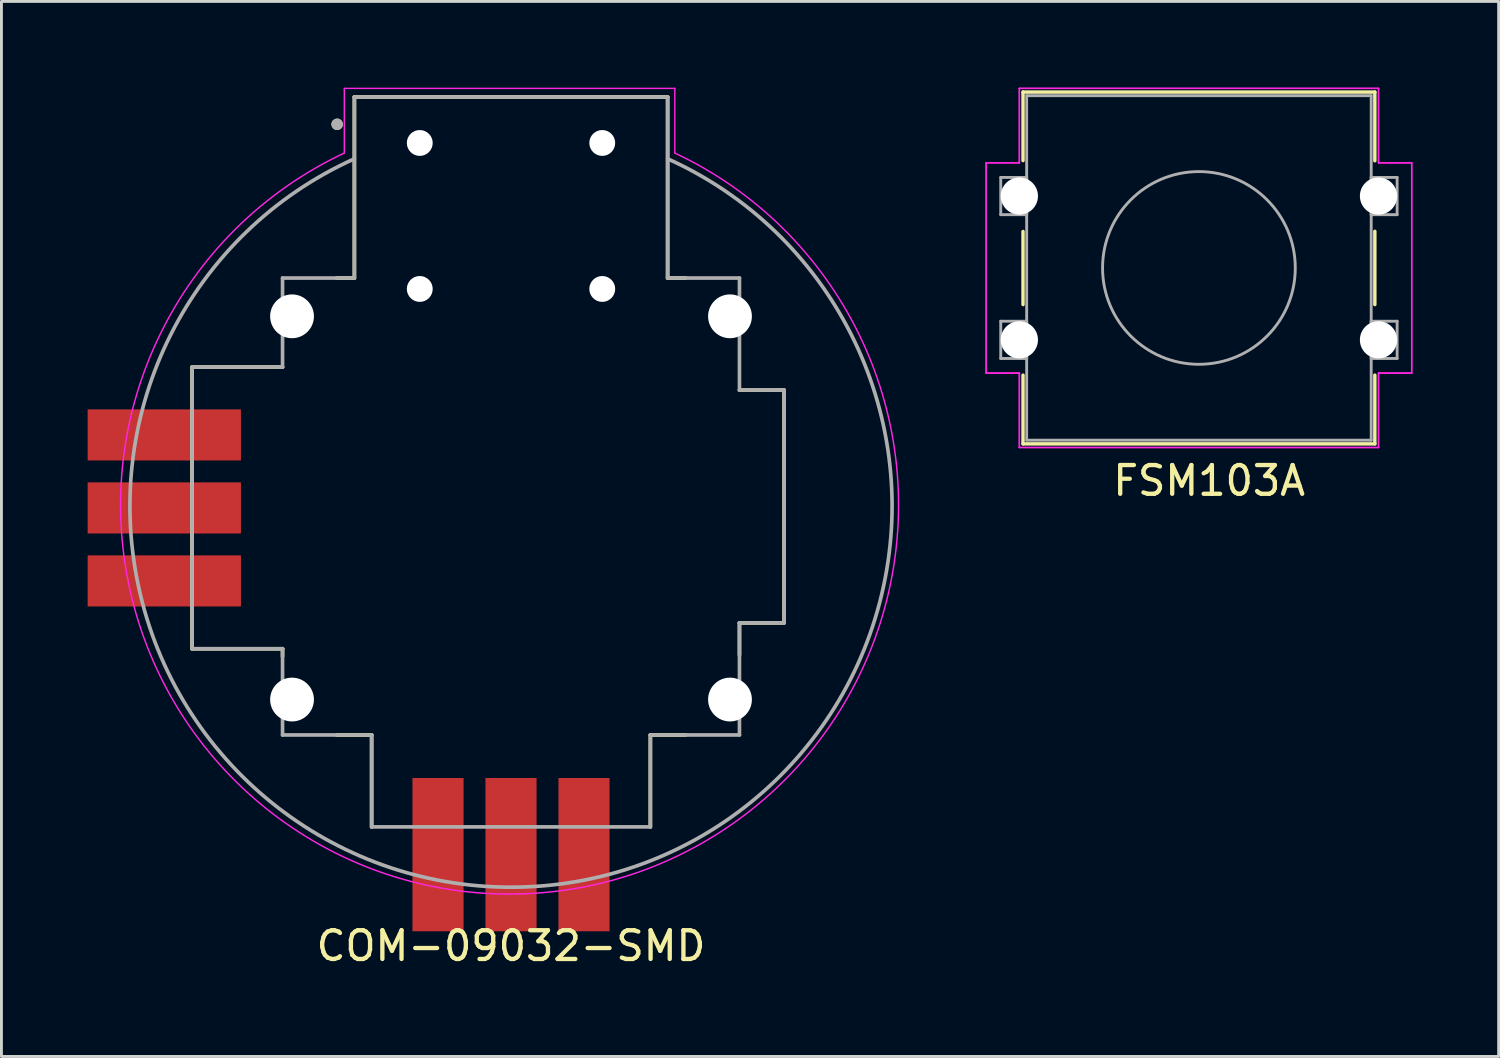
<source format=kicad_pcb>
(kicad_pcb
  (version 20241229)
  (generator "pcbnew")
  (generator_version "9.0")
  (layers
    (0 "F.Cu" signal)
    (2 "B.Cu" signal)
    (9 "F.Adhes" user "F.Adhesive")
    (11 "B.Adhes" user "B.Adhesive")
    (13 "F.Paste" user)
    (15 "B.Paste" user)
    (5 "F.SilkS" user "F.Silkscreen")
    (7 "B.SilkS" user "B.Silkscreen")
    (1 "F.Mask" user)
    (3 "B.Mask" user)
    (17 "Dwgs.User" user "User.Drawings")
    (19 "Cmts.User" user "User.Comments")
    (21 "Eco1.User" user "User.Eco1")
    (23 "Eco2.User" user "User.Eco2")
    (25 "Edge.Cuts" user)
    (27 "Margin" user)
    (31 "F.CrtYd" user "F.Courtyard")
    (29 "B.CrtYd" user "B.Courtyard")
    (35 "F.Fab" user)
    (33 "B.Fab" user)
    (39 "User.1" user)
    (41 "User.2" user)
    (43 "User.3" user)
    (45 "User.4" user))
  (footprint "FSM103A"
    (layer "F.Cu")
    (at 32.422 3.772)
    (property "Reference" "FSM103A" (at 6.604 9.906 0) (layer "F.SilkS") (effects (font (size 1 1) (thickness 0.15))))
    (attr through_hole)
    (fp_line (start 0.127 -3.619) (end 0.127 -1.234) (stroke (width 0.12) (type solid)) (layer "F.SilkS"))
    (fp_line (start 0.127 1.234) (end 0.127 3.776) (stroke (width 0.12) (type solid)) (layer "F.SilkS"))
    (fp_line (start 0.127 6.232) (end 0.127 8.623) (stroke (width 0.12) (type solid)) (layer "F.SilkS"))
    (fp_line (start 0.127 8.623) (end 12.37 8.623) (stroke (width 0.12) (type solid)) (layer "F.SilkS"))
    (fp_line (start 12.37 -3.619) (end 0.127 -3.619) (stroke (width 0.12) (type solid)) (layer "F.SilkS"))
    (fp_line (start 12.37 -1.228) (end 12.37 -3.619) (stroke (width 0.12) (type solid)) (layer "F.SilkS"))
    (fp_line (start 12.37 3.776) (end 12.37 1.228) (stroke (width 0.12) (type solid)) (layer "F.SilkS"))
    (fp_line (start 12.37 8.623) (end 12.37 6.232) (stroke (width 0.12) (type solid)) (layer "F.SilkS"))
    (fp_line (start -1.156 -1.156) (end 0 -1.156) (stroke (width 0.05) (type solid)) (layer "F.CrtYd"))
    (fp_line (start -1.156 -1.156) (end 0 -1.156) (stroke (width 0.05) (type solid)) (layer "F.CrtYd"))
    (fp_line (start -1.156 6.16) (end -1.156 -1.156) (stroke (width 0.05) (type solid)) (layer "F.CrtYd"))
    (fp_line (start -1.156 6.16) (end -1.156 -1.156) (stroke (width 0.05) (type solid)) (layer "F.CrtYd"))
    (fp_line (start -1.156 6.16) (end 0 6.16) (stroke (width 0.05) (type solid)) (layer "F.CrtYd"))
    (fp_line (start 0 -3.747) (end 12.497 -3.747) (stroke (width 0.05) (type solid)) (layer "F.CrtYd"))
    (fp_line (start 0 -3.747) (end 12.497 -3.747) (stroke (width 0.05) (type solid)) (layer "F.CrtYd"))
    (fp_line (start 0 -1.156) (end 0 -3.747) (stroke (width 0.05) (type solid)) (layer "F.CrtYd"))
    (fp_line (start 0 -1.156) (end 0 -3.747) (stroke (width 0.05) (type solid)) (layer "F.CrtYd"))
    (fp_line (start 0 6.16) (end -1.156 6.16) (stroke (width 0.05) (type solid)) (layer "F.CrtYd"))
    (fp_line (start 0 8.75) (end 0 6.16) (stroke (width 0.05) (type solid)) (layer "F.CrtYd"))
    (fp_line (start 0 8.75) (end 0 6.16) (stroke (width 0.05) (type solid)) (layer "F.CrtYd"))
    (fp_line (start 12.497 -3.747) (end 12.497 -1.156) (stroke (width 0.05) (type solid)) (layer "F.CrtYd"))
    (fp_line (start 12.497 -3.747) (end 12.497 -1.156) (stroke (width 0.05) (type solid)) (layer "F.CrtYd"))
    (fp_line (start 12.497 -1.156) (end 13.652 -1.156) (stroke (width 0.05) (type solid)) (layer "F.CrtYd"))
    (fp_line (start 12.497 6.16) (end 12.497 8.75) (stroke (width 0.05) (type solid)) (layer "F.CrtYd"))
    (fp_line (start 12.497 6.16) (end 12.497 8.75) (stroke (width 0.05) (type solid)) (layer "F.CrtYd"))
    (fp_line (start 12.497 8.75) (end 0 8.75) (stroke (width 0.05) (type solid)) (layer "F.CrtYd"))
    (fp_line (start 12.497 8.75) (end 0 8.75) (stroke (width 0.05) (type solid)) (layer "F.CrtYd"))
    (fp_line (start 13.652 -1.156) (end 12.497 -1.156) (stroke (width 0.05) (type solid)) (layer "F.CrtYd"))
    (fp_line (start 13.652 -1.156) (end 13.652 6.16) (stroke (width 0.05) (type solid)) (layer "F.CrtYd"))
    (fp_line (start 13.652 -1.156) (end 13.652 6.16) (stroke (width 0.05) (type solid)) (layer "F.CrtYd"))
    (fp_line (start 13.652 6.16) (end 12.497 6.16) (stroke (width 0.05) (type solid)) (layer "F.CrtYd"))
    (fp_line (start 13.652 6.16) (end 12.497 6.16) (stroke (width 0.05) (type solid)) (layer "F.CrtYd"))
    (fp_line (start -0.648 -0.648) (end -0.648 0.648) (stroke (width 0.1) (type solid)) (layer "F.Fab"))
    (fp_line (start -0.648 0.648) (end 0.254 0.648) (stroke (width 0.1) (type solid)) (layer "F.Fab"))
    (fp_line (start -0.648 4.356) (end -0.648 5.652) (stroke (width 0.1) (type solid)) (layer "F.Fab"))
    (fp_line (start -0.648 5.652) (end 0.254 5.652) (stroke (width 0.1) (type solid)) (layer "F.Fab"))
    (fp_line (start 0.254 -3.493) (end 0.254 8.496) (stroke (width 0.1) (type solid)) (layer "F.Fab"))
    (fp_line (start 0.254 -0.648) (end -0.648 -0.648) (stroke (width 0.1) (type solid)) (layer "F.Fab"))
    (fp_line (start 0.254 0.648) (end 0.254 -0.648) (stroke (width 0.1) (type solid)) (layer "F.Fab"))
    (fp_line (start 0.254 4.356) (end -0.648 4.356) (stroke (width 0.1) (type solid)) (layer "F.Fab"))
    (fp_line (start 0.254 5.652) (end 0.254 4.356) (stroke (width 0.1) (type solid)) (layer "F.Fab"))
    (fp_line (start 0.254 8.496) (end 12.243 8.496) (stroke (width 0.1) (type solid)) (layer "F.Fab"))
    (fp_line (start 12.243 -3.493) (end 0.254 -3.493) (stroke (width 0.1) (type solid)) (layer "F.Fab"))
    (fp_line (start 12.243 -0.648) (end 12.243 0.648) (stroke (width 0.1) (type solid)) (layer "F.Fab"))
    (fp_line (start 12.243 0.648) (end 13.145 0.648) (stroke (width 0.1) (type solid)) (layer "F.Fab"))
    (fp_line (start 12.243 4.356) (end 12.243 5.652) (stroke (width 0.1) (type solid)) (layer "F.Fab"))
    (fp_line (start 12.243 5.652) (end 13.145 5.652) (stroke (width 0.1) (type solid)) (layer "F.Fab"))
    (fp_line (start 12.243 8.496) (end 12.243 -3.493) (stroke (width 0.1) (type solid)) (layer "F.Fab"))
    (fp_line (start 13.145 -0.648) (end 12.243 -0.648) (stroke (width 0.1) (type solid)) (layer "F.Fab"))
    (fp_line (start 13.145 0.648) (end 13.145 -0.648) (stroke (width 0.1) (type solid)) (layer "F.Fab"))
    (fp_line (start 13.145 4.356) (end 12.243 4.356) (stroke (width 0.1) (type solid)) (layer "F.Fab"))
    (fp_line (start 13.145 5.652) (end 13.145 4.356) (stroke (width 0.1) (type solid)) (layer "F.Fab"))
    (fp_circle (center 6.248 2.502) (end 9.601 2.502) (stroke (width 0.1) (type solid)) (fill no) (layer "F.Fab"))
    (pad "1" thru_hole rect (at 0 0) (size 1.803 1.803) (drill 1.295) (layers "*.Cu" "*.Mask") (remove_unused_layers yes) (zone_layer_connections))
    (pad "2" thru_hole circle (at 0 5.004) (size 1.803 1.803) (drill 1.295) (layers "*.Cu" "*.Mask") (remove_unused_layers yes) (zone_layer_connections))
    (pad "3" thru_hole circle (at 12.497 5.004) (size 1.803 1.803) (drill 1.295) (layers "*.Cu" "*.Mask") (remove_unused_layers yes) (zone_layer_connections))
    (pad "4" thru_hole circle (at 12.497 0) (size 1.803 1.803) (drill 1.295) (layers "*.Cu" "*.Mask") (remove_unused_layers yes) (zone_layer_connections)))
  (footprint "COM-09032-SMD"
    (layer "F.Cu")
    (at 14.732 14.625)
    (property "Reference" "COM-09032-SMD" (at 0 15.24 0) (layer "F.SilkS") (effects (font (size 1 1) (thickness 0.15))))
    (attr through_hole)
    (fp_line (start -11.1 -4.9) (end -7.95 -4.9) (stroke (width 0.127) (type solid)) (layer "F.SilkS"))
    (fp_line (start -11.1 4.9) (end -11.1 -4.9) (stroke (width 0.127) (type solid)) (layer "F.SilkS"))
    (fp_line (start -7.95 4.9) (end -11.1 4.9) (stroke (width 0.127) (type solid)) (layer "F.SilkS"))
    (fp_line (start -7.95 5.17) (end -7.95 4.9) (stroke (width 0.127) (type solid)) (layer "F.SilkS"))
    (fp_line (start -6.07 -8) (end -5.45 -8) (stroke (width 0.127) (type solid)) (layer "F.SilkS"))
    (fp_line (start -5.45 -14.3) (end 5.45 -14.3) (stroke (width 0.127) (type solid)) (layer "F.SilkS"))
    (fp_line (start -5.45 -8) (end -5.45 -14.3) (stroke (width 0.127) (type solid)) (layer "F.SilkS"))
    (fp_line (start -4.85 7.9) (end -6.07 7.9) (stroke (width 0.127) (type solid)) (layer "F.SilkS"))
    (fp_line (start -4.85 11.1) (end -4.85 7.9) (stroke (width 0.127) (type solid)) (layer "F.SilkS"))
    (fp_line (start 4.85 7.9) (end 4.85 11.1) (stroke (width 0.127) (type solid)) (layer "F.SilkS"))
    (fp_line (start 5.45 -14.3) (end 5.45 -8) (stroke (width 0.127) (type solid)) (layer "F.SilkS"))
    (fp_line (start 5.45 -8) (end 6.08 -8) (stroke (width 0.127) (type solid)) (layer "F.SilkS"))
    (fp_line (start 6.08 7.9) (end 4.85 7.9) (stroke (width 0.127) (type solid)) (layer "F.SilkS"))
    (fp_line (start 7.95 -4.1) (end 9.5 -4.1) (stroke (width 0.127) (type solid)) (layer "F.SilkS"))
    (fp_line (start 7.95 4) (end 7.95 5.12) (stroke (width 0.127) (type solid)) (layer "F.SilkS"))
    (fp_line (start 9.5 -4.1) (end 9.5 4) (stroke (width 0.127) (type solid)) (layer "F.SilkS"))
    (fp_line (start 9.5 4) (end 7.95 4) (stroke (width 0.127) (type solid)) (layer "F.SilkS"))
    (fp_circle (center -6.05 -13.35) (end -5.95 -13.35) (stroke (width 0.2) (type solid)) (fill no) (layer "F.SilkS"))
    (fp_line (start -5.8 -14.6) (end 5.7 -14.6) (stroke (width 0.05) (type solid)) (layer "F.CrtYd"))
    (fp_line (start -5.8 -12.35) (end -5.8 -14.6) (stroke (width 0.05) (type solid)) (layer "F.CrtYd"))
    (fp_line (start 5.7 -14.6) (end 5.7 -12.35) (stroke (width 0.05) (type solid)) (layer "F.CrtYd"))
    (fp_arc (start 5.7 -12.35) (mid -0.05 13.437438) (end -5.8 -12.35) (stroke (width 0.05) (type solid)) (layer "F.CrtYd"))
    (fp_line (start -11.1 -4.9) (end -11.1 4.9) (stroke (width 0.127) (type solid)) (layer "F.Fab"))
    (fp_line (start -7.95 -4.9) (end -11.1 -4.9) (stroke (width 0.127) (type solid)) (layer "F.Fab"))
    (fp_line (start -7.95 -4.9) (end -7.95 -8) (stroke (width 0.127) (type solid)) (layer "F.Fab"))
    (fp_line (start -7.95 4.9) (end -11.1 4.9) (stroke (width 0.127) (type solid)) (layer "F.Fab"))
    (fp_line (start -7.95 4.9) (end -7.95 7.9) (stroke (width 0.127) (type solid)) (layer "F.Fab"))
    (fp_line (start -5.45 -14.3) (end -5.45 -8) (stroke (width 0.127) (type solid)) (layer "F.Fab"))
    (fp_line (start -5.45 -8) (end -7.95 -8) (stroke (width 0.127) (type solid)) (layer "F.Fab"))
    (fp_line (start -4.85 7.9) (end -7.95 7.9) (stroke (width 0.127) (type solid)) (layer "F.Fab"))
    (fp_line (start -4.85 11.1) (end -4.85 7.9) (stroke (width 0.127) (type solid)) (layer "F.Fab"))
    (fp_line (start 4.85 7.9) (end 7.95 7.9) (stroke (width 0.127) (type solid)) (layer "F.Fab"))
    (fp_line (start 4.85 11.1) (end -4.85 11.1) (stroke (width 0.127) (type solid)) (layer "F.Fab"))
    (fp_line (start 4.85 11.1) (end 4.85 7.9) (stroke (width 0.127) (type solid)) (layer "F.Fab"))
    (fp_line (start 5.45 -14.3) (end -5.45 -14.3) (stroke (width 0.127) (type solid)) (layer "F.Fab"))
    (fp_line (start 5.45 -14.3) (end 5.45 -8) (stroke (width 0.127) (type solid)) (layer "F.Fab"))
    (fp_line (start 7.95 -8) (end 5.45 -8) (stroke (width 0.127) (type solid)) (layer "F.Fab"))
    (fp_line (start 7.95 -4.1) (end 7.95 -8) (stroke (width 0.127) (type solid)) (layer "F.Fab"))
    (fp_line (start 7.95 -4.1) (end 9.5 -4.1) (stroke (width 0.127) (type solid)) (layer "F.Fab"))
    (fp_line (start 7.95 4) (end 7.95 7.9) (stroke (width 0.127) (type solid)) (layer "F.Fab"))
    (fp_line (start 7.95 4) (end 9.5 4) (stroke (width 0.127) (type solid)) (layer "F.Fab"))
    (fp_line (start 9.5 -4.1) (end 9.5 4) (stroke (width 0.127) (type solid)) (layer "F.Fab"))
    (fp_arc (start 5.45 -12.15) (mid 0 13.197504) (end -5.45 -12.15) (stroke (width 0.127) (type solid)) (layer "F.Fab"))
    (fp_circle (center -6.05 -13.35) (end -5.95 -13.35) (stroke (width 0.2) (type solid)) (fill no) (layer "F.Fab"))
    (pad "B1A" thru_hole circle (at -3.175 -12.7) (size 1.778 1.778) (drill 0.9) (layers "*.Cu" "*.Mask") (remove_unused_layers yes) (zone_layer_connections))
    (pad "B1B" thru_hole circle (at 3.175 -12.7) (size 1.778 1.778) (drill 0.9) (layers "*.Cu" "*.Mask") (remove_unused_layers yes) (zone_layer_connections))
    (pad "B2A" thru_hole circle (at -3.175 -7.62) (size 1.778 1.778) (drill 0.9) (layers "*.Cu" "*.Mask") (remove_unused_layers yes) (zone_layer_connections))
    (pad "B2B" thru_hole circle (at 3.175 -7.62) (size 1.778 1.778) (drill 0.9) (layers "*.Cu" "*.Mask") (remove_unused_layers yes) (zone_layer_connections))
    (pad "H1" smd rect (at -2.54 12.065) (size 1.778 5.334) (layers "F.Cu" "F.Mask" "F.Paste"))
    (pad "H2" smd rect (at 0 12.065) (size 1.778 5.334) (layers "F.Cu" "F.Mask" "F.Paste"))
    (pad "H3" smd rect (at 2.54 12.065) (size 1.778 5.334) (layers "F.Cu" "F.Mask" "F.Paste"))
    (pad "S1" thru_hole circle (at -7.62 -6.668) (size 3.048 3.048) (drill 1.524) (layers "*.Cu" "*.Mask") (remove_unused_layers yes) (zone_layer_connections))
    (pad "S2" thru_hole circle (at -7.62 6.668) (size 3.048 3.048) (drill 1.524) (layers "*.Cu" "*.Mask") (remove_unused_layers yes) (zone_layer_connections))
    (pad "S3" thru_hole circle (at 7.62 6.668) (size 3.048 3.048) (drill 1.524) (layers "*.Cu" "*.Mask") (remove_unused_layers yes) (zone_layer_connections))
    (pad "S4" thru_hole circle (at 7.62 -6.668) (size 3.048 3.048) (drill 1.524) (layers "*.Cu" "*.Mask") (remove_unused_layers yes) (zone_layer_connections))
    (pad "V1" smd rect (at -12.065 -2.54) (size 5.334 1.778) (layers "F.Cu" "F.Mask" "F.Paste"))
    (pad "V2" smd rect (at -12.065 0) (size 5.334 1.778) (layers "F.Cu" "F.Mask" "F.Paste"))
    (pad "V3" smd rect (at -12.065 2.54) (size 5.334 1.778) (layers "F.Cu" "F.Mask" "F.Paste")))
  (gr_rect
    (start -3 -3)
    (end 49.1 33.713)
    (stroke (width 0.1) (type default))
    (fill no)
    (layer "Edge.Cuts")))
</source>
